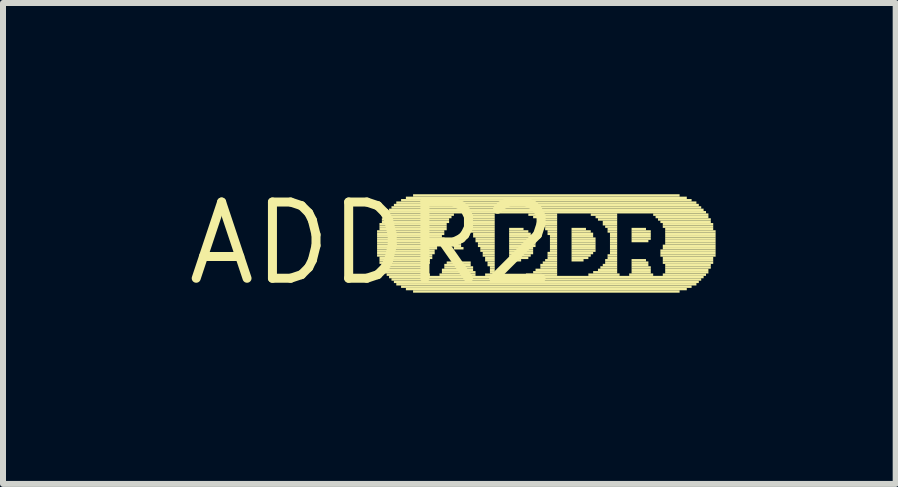
<source format=kicad_pcb>
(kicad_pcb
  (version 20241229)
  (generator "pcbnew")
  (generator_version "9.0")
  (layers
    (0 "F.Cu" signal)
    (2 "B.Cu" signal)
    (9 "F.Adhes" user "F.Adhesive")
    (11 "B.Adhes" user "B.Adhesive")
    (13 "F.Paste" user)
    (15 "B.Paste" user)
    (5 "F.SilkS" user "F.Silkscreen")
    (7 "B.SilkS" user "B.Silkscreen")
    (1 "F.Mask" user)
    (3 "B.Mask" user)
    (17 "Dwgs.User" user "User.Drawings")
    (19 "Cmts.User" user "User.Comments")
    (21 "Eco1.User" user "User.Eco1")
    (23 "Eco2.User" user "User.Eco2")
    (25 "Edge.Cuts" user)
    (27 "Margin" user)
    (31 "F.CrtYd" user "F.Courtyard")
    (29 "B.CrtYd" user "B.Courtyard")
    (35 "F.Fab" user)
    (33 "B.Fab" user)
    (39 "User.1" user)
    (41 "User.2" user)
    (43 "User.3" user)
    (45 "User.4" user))
  (footprint "ADDR2"
    (layer "F.Cu")
    (at 3.152 1.006)
    (property "Reference" "ADDR2" (at 0 0 0) (layer "F.SilkS") (effects (font (size 1.27 1.27) (thickness 0.15))))
    (attr through_hole)
    (fp_poly (pts (xy 0.08 -0.18) (xy 1.2 -0.18) (xy 1.2 -0.22) (xy 0.08 -0.22)) (stroke (width 0) (type solid)) (fill yes) (layer "F.SilkS"))
    (fp_poly (pts (xy 0.08 -0.14) (xy 1.2 -0.14) (xy 1.2 -0.18) (xy 0.08 -0.18)) (stroke (width 0) (type solid)) (fill yes) (layer "F.SilkS"))
    (fp_poly (pts (xy 0.08 -0.1) (xy 1.16 -0.1) (xy 1.16 -0.14) (xy 0.08 -0.14)) (stroke (width 0) (type solid)) (fill yes) (layer "F.SilkS"))
    (fp_poly (pts (xy 0.08 -0.06) (xy 1.16 -0.06) (xy 1.16 -0.1) (xy 0.08 -0.1)) (stroke (width 0) (type solid)) (fill yes) (layer "F.SilkS"))
    (fp_poly (pts (xy 0.08 -0.02) (xy 1.12 -0.02) (xy 1.12 -0.06) (xy 0.08 -0.06)) (stroke (width 0) (type solid)) (fill yes) (layer "F.SilkS"))
    (fp_poly (pts (xy 0.08 0.02) (xy 1.12 0.02) (xy 1.12 -0.02) (xy 0.08 -0.02)) (stroke (width 0) (type solid)) (fill yes) (layer "F.SilkS"))
    (fp_poly (pts (xy 0.08 0.06) (xy 1.08 0.06) (xy 1.08 0.02) (xy 0.08 0.02)) (stroke (width 0) (type solid)) (fill yes) (layer "F.SilkS"))
    (fp_poly (pts (xy 0.08 0.1) (xy 1.08 0.1) (xy 1.08 0.06) (xy 0.08 0.06)) (stroke (width 0) (type solid)) (fill yes) (layer "F.SilkS"))
    (fp_poly (pts (xy 0.08 0.14) (xy 1.04 0.14) (xy 1.04 0.1) (xy 0.08 0.1)) (stroke (width 0) (type solid)) (fill yes) (layer "F.SilkS"))
    (fp_poly (pts (xy 0.08 0.18) (xy 1.04 0.18) (xy 1.04 0.14) (xy 0.08 0.14)) (stroke (width 0) (type solid)) (fill yes) (layer "F.SilkS"))
    (fp_poly (pts (xy 0.08 0.22) (xy 1 0.22) (xy 1 0.18) (xy 0.08 0.18)) (stroke (width 0) (type solid)) (fill yes) (layer "F.SilkS"))
    (fp_poly (pts (xy 0.12 -0.3) (xy 1.24 -0.3) (xy 1.24 -0.34) (xy 0.12 -0.34)) (stroke (width 0) (type solid)) (fill yes) (layer "F.SilkS"))
    (fp_poly (pts (xy 0.12 -0.26) (xy 1.24 -0.26) (xy 1.24 -0.3) (xy 0.12 -0.3)) (stroke (width 0) (type solid)) (fill yes) (layer "F.SilkS"))
    (fp_poly (pts (xy 0.12 -0.22) (xy 1.24 -0.22) (xy 1.24 -0.26) (xy 0.12 -0.26)) (stroke (width 0) (type solid)) (fill yes) (layer "F.SilkS"))
    (fp_poly (pts (xy 0.12 0.26) (xy 1 0.26) (xy 1 0.22) (xy 0.12 0.22)) (stroke (width 0) (type solid)) (fill yes) (layer "F.SilkS"))
    (fp_poly (pts (xy 0.12 0.3) (xy 0.96 0.3) (xy 0.96 0.26) (xy 0.12 0.26)) (stroke (width 0) (type solid)) (fill yes) (layer "F.SilkS"))
    (fp_poly (pts (xy 0.12 0.34) (xy 0.96 0.34) (xy 0.96 0.3) (xy 0.12 0.3)) (stroke (width 0) (type solid)) (fill yes) (layer "F.SilkS"))
    (fp_poly (pts (xy 0.16 -0.38) (xy 1.28 -0.38) (xy 1.28 -0.42) (xy 0.16 -0.42)) (stroke (width 0) (type solid)) (fill yes) (layer "F.SilkS"))
    (fp_poly (pts (xy 0.16 -0.34) (xy 1.28 -0.34) (xy 1.28 -0.38) (xy 0.16 -0.38)) (stroke (width 0) (type solid)) (fill yes) (layer "F.SilkS"))
    (fp_poly (pts (xy 0.16 0.38) (xy 0.92 0.38) (xy 0.92 0.34) (xy 0.16 0.34)) (stroke (width 0) (type solid)) (fill yes) (layer "F.SilkS"))
    (fp_poly (pts (xy 0.16 0.42) (xy 0.92 0.42) (xy 0.92 0.38) (xy 0.16 0.38)) (stroke (width 0) (type solid)) (fill yes) (layer "F.SilkS"))
    (fp_poly (pts (xy 0.2 -0.46) (xy 1.36 -0.46) (xy 1.36 -0.5) (xy 0.2 -0.5)) (stroke (width 0) (type solid)) (fill yes) (layer "F.SilkS"))
    (fp_poly (pts (xy 0.2 -0.42) (xy 1.32 -0.42) (xy 1.32 -0.46) (xy 0.2 -0.46)) (stroke (width 0) (type solid)) (fill yes) (layer "F.SilkS"))
    (fp_poly (pts (xy 0.2 0.46) (xy 0.92 0.46) (xy 0.92 0.42) (xy 0.2 0.42)) (stroke (width 0) (type solid)) (fill yes) (layer "F.SilkS"))
    (fp_poly (pts (xy 0.2 0.5) (xy 0.92 0.5) (xy 0.92 0.46) (xy 0.2 0.46)) (stroke (width 0) (type solid)) (fill yes) (layer "F.SilkS"))
    (fp_poly (pts (xy 0.24 -0.5) (xy 5.56 -0.5) (xy 5.56 -0.54) (xy 0.24 -0.54)) (stroke (width 0) (type solid)) (fill yes) (layer "F.SilkS"))
    (fp_poly (pts (xy 0.24 0.54) (xy 0.96 0.54) (xy 0.96 0.5) (xy 0.24 0.5)) (stroke (width 0) (type solid)) (fill yes) (layer "F.SilkS"))
    (fp_poly (pts (xy 0.28 -0.54) (xy 5.52 -0.54) (xy 5.52 -0.58) (xy 0.28 -0.58)) (stroke (width 0) (type solid)) (fill yes) (layer "F.SilkS"))
    (fp_poly (pts (xy 0.28 0.58) (xy 5.52 0.58) (xy 5.52 0.54) (xy 0.28 0.54)) (stroke (width 0) (type solid)) (fill yes) (layer "F.SilkS"))
    (fp_poly (pts (xy 0.32 -0.58) (xy 5.48 -0.58) (xy 5.48 -0.62) (xy 0.32 -0.62)) (stroke (width 0) (type solid)) (fill yes) (layer "F.SilkS"))
    (fp_poly (pts (xy 0.32 0.62) (xy 5.48 0.62) (xy 5.48 0.58) (xy 0.32 0.58)) (stroke (width 0) (type solid)) (fill yes) (layer "F.SilkS"))
    (fp_poly (pts (xy 0.36 -0.62) (xy 5.44 -0.62) (xy 5.44 -0.66) (xy 0.36 -0.66)) (stroke (width 0) (type solid)) (fill yes) (layer "F.SilkS"))
    (fp_poly (pts (xy 0.36 0.66) (xy 5.44 0.66) (xy 5.44 0.62) (xy 0.36 0.62)) (stroke (width 0) (type solid)) (fill yes) (layer "F.SilkS"))
    (fp_poly (pts (xy 0.4 -0.66) (xy 5.4 -0.66) (xy 5.4 -0.7) (xy 0.4 -0.7)) (stroke (width 0) (type solid)) (fill yes) (layer "F.SilkS"))
    (fp_poly (pts (xy 0.4 0.7) (xy 5.4 0.7) (xy 5.4 0.66) (xy 0.4 0.66)) (stroke (width 0) (type solid)) (fill yes) (layer "F.SilkS"))
    (fp_poly (pts (xy 0.48 -0.7) (xy 5.32 -0.7) (xy 5.32 -0.74) (xy 0.48 -0.74)) (stroke (width 0) (type solid)) (fill yes) (layer "F.SilkS"))
    (fp_poly (pts (xy 0.48 0.74) (xy 5.32 0.74) (xy 5.32 0.7) (xy 0.48 0.7)) (stroke (width 0) (type solid)) (fill yes) (layer "F.SilkS"))
    (fp_poly (pts (xy 0.56 -0.74) (xy 5.24 -0.74) (xy 5.24 -0.78) (xy 0.56 -0.78)) (stroke (width 0) (type solid)) (fill yes) (layer "F.SilkS"))
    (fp_poly (pts (xy 0.56 0.78) (xy 5.24 0.78) (xy 5.24 0.74) (xy 0.56 0.74)) (stroke (width 0) (type solid)) (fill yes) (layer "F.SilkS"))
    (fp_poly (pts (xy 0.68 -0.78) (xy 5.12 -0.78) (xy 5.12 -0.82) (xy 0.68 -0.82)) (stroke (width 0) (type solid)) (fill yes) (layer "F.SilkS"))
    (fp_poly (pts (xy 0.68 0.82) (xy 5.12 0.82) (xy 5.12 0.78) (xy 0.68 0.78)) (stroke (width 0) (type solid)) (fill yes) (layer "F.SilkS"))
    (fp_poly (pts (xy 1.12 0.54) (xy 1.72 0.54) (xy 1.72 0.5) (xy 1.12 0.5)) (stroke (width 0) (type solid)) (fill yes) (layer "F.SilkS"))
    (fp_poly (pts (xy 1.16 0.46) (xy 1.68 0.46) (xy 1.68 0.42) (xy 1.16 0.42)) (stroke (width 0) (type solid)) (fill yes) (layer "F.SilkS"))
    (fp_poly (pts (xy 1.16 0.5) (xy 1.72 0.5) (xy 1.72 0.46) (xy 1.16 0.46)) (stroke (width 0) (type solid)) (fill yes) (layer "F.SilkS"))
    (fp_poly (pts (xy 1.2 0.38) (xy 1.64 0.38) (xy 1.64 0.34) (xy 1.2 0.34)) (stroke (width 0) (type solid)) (fill yes) (layer "F.SilkS"))
    (fp_poly (pts (xy 1.2 0.42) (xy 1.68 0.42) (xy 1.68 0.38) (xy 1.2 0.38)) (stroke (width 0) (type solid)) (fill yes) (layer "F.SilkS"))
    (fp_poly (pts (xy 1.24 0.34) (xy 1.64 0.34) (xy 1.64 0.3) (xy 1.24 0.3)) (stroke (width 0) (type solid)) (fill yes) (layer "F.SilkS"))
    (fp_poly (pts (xy 1.36 0.06) (xy 1.48 0.06) (xy 1.48 0.02) (xy 1.36 0.02)) (stroke (width 0) (type solid)) (fill yes) (layer "F.SilkS"))
    (fp_poly (pts (xy 1.36 0.1) (xy 1.52 0.1) (xy 1.52 0.06) (xy 1.36 0.06)) (stroke (width 0) (type solid)) (fill yes) (layer "F.SilkS"))
    (fp_poly (pts (xy 1.4 -0.02) (xy 1.48 -0.02) (xy 1.48 -0.06) (xy 1.4 -0.06)) (stroke (width 0) (type solid)) (fill yes) (layer "F.SilkS"))
    (fp_poly (pts (xy 1.4 0.02) (xy 1.48 0.02) (xy 1.48 -0.02) (xy 1.4 -0.02)) (stroke (width 0) (type solid)) (fill yes) (layer "F.SilkS"))
    (fp_poly (pts (xy 1.52 -0.46) (xy 2.04 -0.46) (xy 2.04 -0.5) (xy 1.52 -0.5)) (stroke (width 0) (type solid)) (fill yes) (layer "F.SilkS"))
    (fp_poly (pts (xy 1.56 -0.42) (xy 2.04 -0.42) (xy 2.04 -0.46) (xy 1.56 -0.46)) (stroke (width 0) (type solid)) (fill yes) (layer "F.SilkS"))
    (fp_poly (pts (xy 1.56 -0.38) (xy 2.04 -0.38) (xy 2.04 -0.42) (xy 1.56 -0.42)) (stroke (width 0) (type solid)) (fill yes) (layer "F.SilkS"))
    (fp_poly (pts (xy 1.6 -0.34) (xy 2.04 -0.34) (xy 2.04 -0.38) (xy 1.6 -0.38)) (stroke (width 0) (type solid)) (fill yes) (layer "F.SilkS"))
    (fp_poly (pts (xy 1.6 -0.3) (xy 2.04 -0.3) (xy 2.04 -0.34) (xy 1.6 -0.34)) (stroke (width 0) (type solid)) (fill yes) (layer "F.SilkS"))
    (fp_poly (pts (xy 1.64 -0.26) (xy 2.04 -0.26) (xy 2.04 -0.3) (xy 1.64 -0.3)) (stroke (width 0) (type solid)) (fill yes) (layer "F.SilkS"))
    (fp_poly (pts (xy 1.64 -0.22) (xy 2.04 -0.22) (xy 2.04 -0.26) (xy 1.64 -0.26)) (stroke (width 0) (type solid)) (fill yes) (layer "F.SilkS"))
    (fp_poly (pts (xy 1.64 -0.18) (xy 2.04 -0.18) (xy 2.04 -0.22) (xy 1.64 -0.22)) (stroke (width 0) (type solid)) (fill yes) (layer "F.SilkS"))
    (fp_poly (pts (xy 1.68 -0.14) (xy 2.04 -0.14) (xy 2.04 -0.18) (xy 1.68 -0.18)) (stroke (width 0) (type solid)) (fill yes) (layer "F.SilkS"))
    (fp_poly (pts (xy 1.68 -0.1) (xy 2.04 -0.1) (xy 2.04 -0.14) (xy 1.68 -0.14)) (stroke (width 0) (type solid)) (fill yes) (layer "F.SilkS"))
    (fp_poly (pts (xy 1.72 -0.06) (xy 2.04 -0.06) (xy 2.04 -0.1) (xy 1.72 -0.1)) (stroke (width 0) (type solid)) (fill yes) (layer "F.SilkS"))
    (fp_poly (pts (xy 1.72 -0.02) (xy 2.04 -0.02) (xy 2.04 -0.06) (xy 1.72 -0.06)) (stroke (width 0) (type solid)) (fill yes) (layer "F.SilkS"))
    (fp_poly (pts (xy 1.76 0.02) (xy 2.04 0.02) (xy 2.04 -0.02) (xy 1.76 -0.02)) (stroke (width 0) (type solid)) (fill yes) (layer "F.SilkS"))
    (fp_poly (pts (xy 1.76 0.06) (xy 2.04 0.06) (xy 2.04 0.02) (xy 1.76 0.02)) (stroke (width 0) (type solid)) (fill yes) (layer "F.SilkS"))
    (fp_poly (pts (xy 1.8 0.1) (xy 2.04 0.1) (xy 2.04 0.06) (xy 1.8 0.06)) (stroke (width 0) (type solid)) (fill yes) (layer "F.SilkS"))
    (fp_poly (pts (xy 1.8 0.14) (xy 2.04 0.14) (xy 2.04 0.1) (xy 1.8 0.1)) (stroke (width 0) (type solid)) (fill yes) (layer "F.SilkS"))
    (fp_poly (pts (xy 1.84 0.18) (xy 2.04 0.18) (xy 2.04 0.14) (xy 1.84 0.14)) (stroke (width 0) (type solid)) (fill yes) (layer "F.SilkS"))
    (fp_poly (pts (xy 1.84 0.22) (xy 2.04 0.22) (xy 2.04 0.18) (xy 1.84 0.18)) (stroke (width 0) (type solid)) (fill yes) (layer "F.SilkS"))
    (fp_poly (pts (xy 1.88 0.26) (xy 2.04 0.26) (xy 2.04 0.22) (xy 1.88 0.22)) (stroke (width 0) (type solid)) (fill yes) (layer "F.SilkS"))
    (fp_poly (pts (xy 1.88 0.3) (xy 2.04 0.3) (xy 2.04 0.26) (xy 1.88 0.26)) (stroke (width 0) (type solid)) (fill yes) (layer "F.SilkS"))
    (fp_poly (pts (xy 1.88 0.54) (xy 2.08 0.54) (xy 2.08 0.5) (xy 1.88 0.5)) (stroke (width 0) (type solid)) (fill yes) (layer "F.SilkS"))
    (fp_poly (pts (xy 1.92 0.34) (xy 2.04 0.34) (xy 2.04 0.3) (xy 1.92 0.3)) (stroke (width 0) (type solid)) (fill yes) (layer "F.SilkS"))
    (fp_poly (pts (xy 1.92 0.38) (xy 2.04 0.38) (xy 2.04 0.34) (xy 1.92 0.34)) (stroke (width 0) (type solid)) (fill yes) (layer "F.SilkS"))
    (fp_poly (pts (xy 1.96 0.42) (xy 2.04 0.42) (xy 2.04 0.38) (xy 1.96 0.38)) (stroke (width 0) (type solid)) (fill yes) (layer "F.SilkS"))
    (fp_poly (pts (xy 1.96 0.46) (xy 2.04 0.46) (xy 2.04 0.42) (xy 1.96 0.42)) (stroke (width 0) (type solid)) (fill yes) (layer "F.SilkS"))
    (fp_poly (pts (xy 1.96 0.5) (xy 2.04 0.5) (xy 2.04 0.46) (xy 1.96 0.46)) (stroke (width 0) (type solid)) (fill yes) (layer "F.SilkS"))
    (fp_poly (pts (xy 2.28 -0.22) (xy 2.52 -0.22) (xy 2.52 -0.26) (xy 2.28 -0.26)) (stroke (width 0) (type solid)) (fill yes) (layer "F.SilkS"))
    (fp_poly (pts (xy 2.28 -0.18) (xy 2.6 -0.18) (xy 2.6 -0.22) (xy 2.28 -0.22)) (stroke (width 0) (type solid)) (fill yes) (layer "F.SilkS"))
    (fp_poly (pts (xy 2.28 -0.14) (xy 2.64 -0.14) (xy 2.64 -0.18) (xy 2.28 -0.18)) (stroke (width 0) (type solid)) (fill yes) (layer "F.SilkS"))
    (fp_poly (pts (xy 2.28 -0.1) (xy 2.68 -0.1) (xy 2.68 -0.14) (xy 2.28 -0.14)) (stroke (width 0) (type solid)) (fill yes) (layer "F.SilkS"))
    (fp_poly (pts (xy 2.28 -0.06) (xy 2.68 -0.06) (xy 2.68 -0.1) (xy 2.28 -0.1)) (stroke (width 0) (type solid)) (fill yes) (layer "F.SilkS"))
    (fp_poly (pts (xy 2.28 -0.02) (xy 2.72 -0.02) (xy 2.72 -0.06) (xy 2.28 -0.06)) (stroke (width 0) (type solid)) (fill yes) (layer "F.SilkS"))
    (fp_poly (pts (xy 2.28 0.02) (xy 2.72 0.02) (xy 2.72 -0.02) (xy 2.28 -0.02)) (stroke (width 0) (type solid)) (fill yes) (layer "F.SilkS"))
    (fp_poly (pts (xy 2.28 0.06) (xy 2.72 0.06) (xy 2.72 0.02) (xy 2.28 0.02)) (stroke (width 0) (type solid)) (fill yes) (layer "F.SilkS"))
    (fp_poly (pts (xy 2.28 0.1) (xy 2.68 0.1) (xy 2.68 0.06) (xy 2.28 0.06)) (stroke (width 0) (type solid)) (fill yes) (layer "F.SilkS"))
    (fp_poly (pts (xy 2.28 0.14) (xy 2.68 0.14) (xy 2.68 0.1) (xy 2.28 0.1)) (stroke (width 0) (type solid)) (fill yes) (layer "F.SilkS"))
    (fp_poly (pts (xy 2.28 0.18) (xy 2.68 0.18) (xy 2.68 0.14) (xy 2.28 0.14)) (stroke (width 0) (type solid)) (fill yes) (layer "F.SilkS"))
    (fp_poly (pts (xy 2.28 0.22) (xy 2.64 0.22) (xy 2.64 0.18) (xy 2.28 0.18)) (stroke (width 0) (type solid)) (fill yes) (layer "F.SilkS"))
    (fp_poly (pts (xy 2.28 0.26) (xy 2.6 0.26) (xy 2.6 0.22) (xy 2.28 0.22)) (stroke (width 0) (type solid)) (fill yes) (layer "F.SilkS"))
    (fp_poly (pts (xy 2.32 0.3) (xy 2.48 0.3) (xy 2.48 0.26) (xy 2.32 0.26)) (stroke (width 0) (type solid)) (fill yes) (layer "F.SilkS"))
    (fp_poly (pts (xy 2.56 0.54) (xy 3.08 0.54) (xy 3.08 0.5) (xy 2.56 0.5)) (stroke (width 0) (type solid)) (fill yes) (layer "F.SilkS"))
    (fp_poly (pts (xy 2.6 -0.46) (xy 3.08 -0.46) (xy 3.08 -0.5) (xy 2.6 -0.5)) (stroke (width 0) (type solid)) (fill yes) (layer "F.SilkS"))
    (fp_poly (pts (xy 2.68 -0.42) (xy 3.08 -0.42) (xy 3.08 -0.46) (xy 2.68 -0.46)) (stroke (width 0) (type solid)) (fill yes) (layer "F.SilkS"))
    (fp_poly (pts (xy 2.68 0.5) (xy 3.08 0.5) (xy 3.08 0.46) (xy 2.68 0.46)) (stroke (width 0) (type solid)) (fill yes) (layer "F.SilkS"))
    (fp_poly (pts (xy 2.72 0.46) (xy 3.08 0.46) (xy 3.08 0.42) (xy 2.72 0.42)) (stroke (width 0) (type solid)) (fill yes) (layer "F.SilkS"))
    (fp_poly (pts (xy 2.76 -0.38) (xy 3.08 -0.38) (xy 3.08 -0.42) (xy 2.76 -0.42)) (stroke (width 0) (type solid)) (fill yes) (layer "F.SilkS"))
    (fp_poly (pts (xy 2.8 -0.34) (xy 3.08 -0.34) (xy 3.08 -0.38) (xy 2.8 -0.38)) (stroke (width 0) (type solid)) (fill yes) (layer "F.SilkS"))
    (fp_poly (pts (xy 2.8 0.38) (xy 3.08 0.38) (xy 3.08 0.34) (xy 2.8 0.34)) (stroke (width 0) (type solid)) (fill yes) (layer "F.SilkS"))
    (fp_poly (pts (xy 2.8 0.42) (xy 3.08 0.42) (xy 3.08 0.38) (xy 2.8 0.38)) (stroke (width 0) (type solid)) (fill yes) (layer "F.SilkS"))
    (fp_poly (pts (xy 2.84 -0.3) (xy 3.08 -0.3) (xy 3.08 -0.34) (xy 2.84 -0.34)) (stroke (width 0) (type solid)) (fill yes) (layer "F.SilkS"))
    (fp_poly (pts (xy 2.84 0.34) (xy 3.08 0.34) (xy 3.08 0.3) (xy 2.84 0.3)) (stroke (width 0) (type solid)) (fill yes) (layer "F.SilkS"))
    (fp_poly (pts (xy 2.88 -0.26) (xy 3.08 -0.26) (xy 3.08 -0.3) (xy 2.88 -0.3)) (stroke (width 0) (type solid)) (fill yes) (layer "F.SilkS"))
    (fp_poly (pts (xy 2.88 -0.22) (xy 3.08 -0.22) (xy 3.08 -0.26) (xy 2.88 -0.26)) (stroke (width 0) (type solid)) (fill yes) (layer "F.SilkS"))
    (fp_poly (pts (xy 2.88 0.3) (xy 3.08 0.3) (xy 3.08 0.26) (xy 2.88 0.26)) (stroke (width 0) (type solid)) (fill yes) (layer "F.SilkS"))
    (fp_poly (pts (xy 2.92 -0.18) (xy 3.08 -0.18) (xy 3.08 -0.22) (xy 2.92 -0.22)) (stroke (width 0) (type solid)) (fill yes) (layer "F.SilkS"))
    (fp_poly (pts (xy 2.92 -0.14) (xy 3.08 -0.14) (xy 3.08 -0.18) (xy 2.92 -0.18)) (stroke (width 0) (type solid)) (fill yes) (layer "F.SilkS"))
    (fp_poly (pts (xy 2.92 0.18) (xy 3.08 0.18) (xy 3.08 0.14) (xy 2.92 0.14)) (stroke (width 0) (type solid)) (fill yes) (layer "F.SilkS"))
    (fp_poly (pts (xy 2.92 0.22) (xy 3.08 0.22) (xy 3.08 0.18) (xy 2.92 0.18)) (stroke (width 0) (type solid)) (fill yes) (layer "F.SilkS"))
    (fp_poly (pts (xy 2.92 0.26) (xy 3.08 0.26) (xy 3.08 0.22) (xy 2.92 0.22)) (stroke (width 0) (type solid)) (fill yes) (layer "F.SilkS"))
    (fp_poly (pts (xy 2.96 -0.1) (xy 3.08 -0.1) (xy 3.08 -0.14) (xy 2.96 -0.14)) (stroke (width 0) (type solid)) (fill yes) (layer "F.SilkS"))
    (fp_poly (pts (xy 2.96 -0.06) (xy 3.08 -0.06) (xy 3.08 -0.1) (xy 2.96 -0.1)) (stroke (width 0) (type solid)) (fill yes) (layer "F.SilkS"))
    (fp_poly (pts (xy 2.96 -0.02) (xy 3.08 -0.02) (xy 3.08 -0.06) (xy 2.96 -0.06)) (stroke (width 0) (type solid)) (fill yes) (layer "F.SilkS"))
    (fp_poly (pts (xy 2.96 0.02) (xy 3.08 0.02) (xy 3.08 -0.02) (xy 2.96 -0.02)) (stroke (width 0) (type solid)) (fill yes) (layer "F.SilkS"))
    (fp_poly (pts (xy 2.96 0.06) (xy 3.08 0.06) (xy 3.08 0.02) (xy 2.96 0.02)) (stroke (width 0) (type solid)) (fill yes) (layer "F.SilkS"))
    (fp_poly (pts (xy 2.96 0.1) (xy 3.08 0.1) (xy 3.08 0.06) (xy 2.96 0.06)) (stroke (width 0) (type solid)) (fill yes) (layer "F.SilkS"))
    (fp_poly (pts (xy 2.96 0.14) (xy 3.08 0.14) (xy 3.08 0.1) (xy 2.96 0.1)) (stroke (width 0) (type solid)) (fill yes) (layer "F.SilkS"))
    (fp_poly (pts (xy 3.32 -0.22) (xy 3.56 -0.22) (xy 3.56 -0.26) (xy 3.32 -0.26)) (stroke (width 0) (type solid)) (fill yes) (layer "F.SilkS"))
    (fp_poly (pts (xy 3.32 -0.18) (xy 3.64 -0.18) (xy 3.64 -0.22) (xy 3.32 -0.22)) (stroke (width 0) (type solid)) (fill yes) (layer "F.SilkS"))
    (fp_poly (pts (xy 3.32 -0.14) (xy 3.68 -0.14) (xy 3.68 -0.18) (xy 3.32 -0.18)) (stroke (width 0) (type solid)) (fill yes) (layer "F.SilkS"))
    (fp_poly (pts (xy 3.32 -0.1) (xy 3.68 -0.1) (xy 3.68 -0.14) (xy 3.32 -0.14)) (stroke (width 0) (type solid)) (fill yes) (layer "F.SilkS"))
    (fp_poly (pts (xy 3.32 -0.06) (xy 3.72 -0.06) (xy 3.72 -0.1) (xy 3.32 -0.1)) (stroke (width 0) (type solid)) (fill yes) (layer "F.SilkS"))
    (fp_poly (pts (xy 3.32 -0.02) (xy 3.72 -0.02) (xy 3.72 -0.06) (xy 3.32 -0.06)) (stroke (width 0) (type solid)) (fill yes) (layer "F.SilkS"))
    (fp_poly (pts (xy 3.32 0.02) (xy 3.72 0.02) (xy 3.72 -0.02) (xy 3.32 -0.02)) (stroke (width 0) (type solid)) (fill yes) (layer "F.SilkS"))
    (fp_poly (pts (xy 3.32 0.06) (xy 3.72 0.06) (xy 3.72 0.02) (xy 3.32 0.02)) (stroke (width 0) (type solid)) (fill yes) (layer "F.SilkS"))
    (fp_poly (pts (xy 3.32 0.1) (xy 3.72 0.1) (xy 3.72 0.06) (xy 3.32 0.06)) (stroke (width 0) (type solid)) (fill yes) (layer "F.SilkS"))
    (fp_poly (pts (xy 3.32 0.14) (xy 3.72 0.14) (xy 3.72 0.1) (xy 3.32 0.1)) (stroke (width 0) (type solid)) (fill yes) (layer "F.SilkS"))
    (fp_poly (pts (xy 3.32 0.18) (xy 3.68 0.18) (xy 3.68 0.14) (xy 3.32 0.14)) (stroke (width 0) (type solid)) (fill yes) (layer "F.SilkS"))
    (fp_poly (pts (xy 3.32 0.22) (xy 3.64 0.22) (xy 3.64 0.18) (xy 3.32 0.18)) (stroke (width 0) (type solid)) (fill yes) (layer "F.SilkS"))
    (fp_poly (pts (xy 3.32 0.26) (xy 3.6 0.26) (xy 3.6 0.22) (xy 3.32 0.22)) (stroke (width 0) (type solid)) (fill yes) (layer "F.SilkS"))
    (fp_poly (pts (xy 3.32 0.3) (xy 3.52 0.3) (xy 3.52 0.26) (xy 3.32 0.26)) (stroke (width 0) (type solid)) (fill yes) (layer "F.SilkS"))
    (fp_poly (pts (xy 3.6 0.54) (xy 4.12 0.54) (xy 4.12 0.5) (xy 3.6 0.5)) (stroke (width 0) (type solid)) (fill yes) (layer "F.SilkS"))
    (fp_poly (pts (xy 3.64 -0.46) (xy 4.08 -0.46) (xy 4.08 -0.5) (xy 3.64 -0.5)) (stroke (width 0) (type solid)) (fill yes) (layer "F.SilkS"))
    (fp_poly (pts (xy 3.68 0.5) (xy 4.08 0.5) (xy 4.08 0.46) (xy 3.68 0.46)) (stroke (width 0) (type solid)) (fill yes) (layer "F.SilkS"))
    (fp_poly (pts (xy 3.72 -0.42) (xy 4.08 -0.42) (xy 4.08 -0.46) (xy 3.72 -0.46)) (stroke (width 0) (type solid)) (fill yes) (layer "F.SilkS"))
    (fp_poly (pts (xy 3.76 -0.38) (xy 4.08 -0.38) (xy 4.08 -0.42) (xy 3.76 -0.42)) (stroke (width 0) (type solid)) (fill yes) (layer "F.SilkS"))
    (fp_poly (pts (xy 3.76 0.46) (xy 4.08 0.46) (xy 4.08 0.42) (xy 3.76 0.42)) (stroke (width 0) (type solid)) (fill yes) (layer "F.SilkS"))
    (fp_poly (pts (xy 3.8 0.42) (xy 4.08 0.42) (xy 4.08 0.38) (xy 3.8 0.38)) (stroke (width 0) (type solid)) (fill yes) (layer "F.SilkS"))
    (fp_poly (pts (xy 3.84 -0.34) (xy 4.08 -0.34) (xy 4.08 -0.38) (xy 3.84 -0.38)) (stroke (width 0) (type solid)) (fill yes) (layer "F.SilkS"))
    (fp_poly (pts (xy 3.84 -0.3) (xy 4.08 -0.3) (xy 4.08 -0.34) (xy 3.84 -0.34)) (stroke (width 0) (type solid)) (fill yes) (layer "F.SilkS"))
    (fp_poly (pts (xy 3.84 0.38) (xy 4.08 0.38) (xy 4.08 0.34) (xy 3.84 0.34)) (stroke (width 0) (type solid)) (fill yes) (layer "F.SilkS"))
    (fp_poly (pts (xy 3.88 -0.26) (xy 4.08 -0.26) (xy 4.08 -0.3) (xy 3.88 -0.3)) (stroke (width 0) (type solid)) (fill yes) (layer "F.SilkS"))
    (fp_poly (pts (xy 3.88 0.3) (xy 4.08 0.3) (xy 4.08 0.26) (xy 3.88 0.26)) (stroke (width 0) (type solid)) (fill yes) (layer "F.SilkS"))
    (fp_poly (pts (xy 3.88 0.34) (xy 4.08 0.34) (xy 4.08 0.3) (xy 3.88 0.3)) (stroke (width 0) (type solid)) (fill yes) (layer "F.SilkS"))
    (fp_poly (pts (xy 3.92 -0.22) (xy 4.08 -0.22) (xy 4.08 -0.26) (xy 3.92 -0.26)) (stroke (width 0) (type solid)) (fill yes) (layer "F.SilkS"))
    (fp_poly (pts (xy 3.92 -0.18) (xy 4.08 -0.18) (xy 4.08 -0.22) (xy 3.92 -0.22)) (stroke (width 0) (type solid)) (fill yes) (layer "F.SilkS"))
    (fp_poly (pts (xy 3.92 0.22) (xy 4.08 0.22) (xy 4.08 0.18) (xy 3.92 0.18)) (stroke (width 0) (type solid)) (fill yes) (layer "F.SilkS"))
    (fp_poly (pts (xy 3.92 0.26) (xy 4.08 0.26) (xy 4.08 0.22) (xy 3.92 0.22)) (stroke (width 0) (type solid)) (fill yes) (layer "F.SilkS"))
    (fp_poly (pts (xy 3.96 -0.14) (xy 4.08 -0.14) (xy 4.08 -0.18) (xy 3.96 -0.18)) (stroke (width 0) (type solid)) (fill yes) (layer "F.SilkS"))
    (fp_poly (pts (xy 3.96 -0.1) (xy 4.08 -0.1) (xy 4.08 -0.14) (xy 3.96 -0.14)) (stroke (width 0) (type solid)) (fill yes) (layer "F.SilkS"))
    (fp_poly (pts (xy 3.96 -0.06) (xy 4.08 -0.06) (xy 4.08 -0.1) (xy 3.96 -0.1)) (stroke (width 0) (type solid)) (fill yes) (layer "F.SilkS"))
    (fp_poly (pts (xy 3.96 -0.02) (xy 4.08 -0.02) (xy 4.08 -0.06) (xy 3.96 -0.06)) (stroke (width 0) (type solid)) (fill yes) (layer "F.SilkS"))
    (fp_poly (pts (xy 3.96 0.02) (xy 4.08 0.02) (xy 4.08 -0.02) (xy 3.96 -0.02)) (stroke (width 0) (type solid)) (fill yes) (layer "F.SilkS"))
    (fp_poly (pts (xy 3.96 0.06) (xy 4.08 0.06) (xy 4.08 0.02) (xy 3.96 0.02)) (stroke (width 0) (type solid)) (fill yes) (layer "F.SilkS"))
    (fp_poly (pts (xy 3.96 0.1) (xy 4.08 0.1) (xy 4.08 0.06) (xy 3.96 0.06)) (stroke (width 0) (type solid)) (fill yes) (layer "F.SilkS"))
    (fp_poly (pts (xy 3.96 0.14) (xy 4.08 0.14) (xy 4.08 0.1) (xy 3.96 0.1)) (stroke (width 0) (type solid)) (fill yes) (layer "F.SilkS"))
    (fp_poly (pts (xy 3.96 0.18) (xy 4.08 0.18) (xy 4.08 0.14) (xy 3.96 0.14)) (stroke (width 0) (type solid)) (fill yes) (layer "F.SilkS"))
    (fp_poly (pts (xy 4.28 0.54) (xy 4.68 0.54) (xy 4.68 0.5) (xy 4.28 0.5)) (stroke (width 0) (type solid)) (fill yes) (layer "F.SilkS"))
    (fp_poly (pts (xy 4.32 -0.22) (xy 4.56 -0.22) (xy 4.56 -0.26) (xy 4.32 -0.26)) (stroke (width 0) (type solid)) (fill yes) (layer "F.SilkS"))
    (fp_poly (pts (xy 4.32 -0.18) (xy 4.64 -0.18) (xy 4.64 -0.22) (xy 4.32 -0.22)) (stroke (width 0) (type solid)) (fill yes) (layer "F.SilkS"))
    (fp_poly (pts (xy 4.32 -0.14) (xy 4.64 -0.14) (xy 4.64 -0.18) (xy 4.32 -0.18)) (stroke (width 0) (type solid)) (fill yes) (layer "F.SilkS"))
    (fp_poly (pts (xy 4.32 -0.1) (xy 4.64 -0.1) (xy 4.64 -0.14) (xy 4.32 -0.14)) (stroke (width 0) (type solid)) (fill yes) (layer "F.SilkS"))
    (fp_poly (pts (xy 4.32 -0.06) (xy 4.64 -0.06) (xy 4.64 -0.1) (xy 4.32 -0.1)) (stroke (width 0) (type solid)) (fill yes) (layer "F.SilkS"))
    (fp_poly (pts (xy 4.32 -0.02) (xy 4.6 -0.02) (xy 4.6 -0.06) (xy 4.32 -0.06)) (stroke (width 0) (type solid)) (fill yes) (layer "F.SilkS"))
    (fp_poly (pts (xy 4.32 0.3) (xy 4.56 0.3) (xy 4.56 0.26) (xy 4.32 0.26)) (stroke (width 0) (type solid)) (fill yes) (layer "F.SilkS"))
    (fp_poly (pts (xy 4.32 0.34) (xy 4.6 0.34) (xy 4.6 0.3) (xy 4.32 0.3)) (stroke (width 0) (type solid)) (fill yes) (layer "F.SilkS"))
    (fp_poly (pts (xy 4.32 0.38) (xy 4.6 0.38) (xy 4.6 0.34) (xy 4.32 0.34)) (stroke (width 0) (type solid)) (fill yes) (layer "F.SilkS"))
    (fp_poly (pts (xy 4.32 0.42) (xy 4.64 0.42) (xy 4.64 0.38) (xy 4.32 0.38)) (stroke (width 0) (type solid)) (fill yes) (layer "F.SilkS"))
    (fp_poly (pts (xy 4.32 0.46) (xy 4.64 0.46) (xy 4.64 0.42) (xy 4.32 0.42)) (stroke (width 0) (type solid)) (fill yes) (layer "F.SilkS"))
    (fp_poly (pts (xy 4.32 0.5) (xy 4.64 0.5) (xy 4.64 0.46) (xy 4.32 0.46)) (stroke (width 0) (type solid)) (fill yes) (layer "F.SilkS"))
    (fp_poly (pts (xy 4.68 -0.46) (xy 5.6 -0.46) (xy 5.6 -0.5) (xy 4.68 -0.5)) (stroke (width 0) (type solid)) (fill yes) (layer "F.SilkS"))
    (fp_poly (pts (xy 4.72 -0.42) (xy 5.6 -0.42) (xy 5.6 -0.46) (xy 4.72 -0.46)) (stroke (width 0) (type solid)) (fill yes) (layer "F.SilkS"))
    (fp_poly (pts (xy 4.76 -0.38) (xy 5.64 -0.38) (xy 5.64 -0.42) (xy 4.76 -0.42)) (stroke (width 0) (type solid)) (fill yes) (layer "F.SilkS"))
    (fp_poly (pts (xy 4.8 -0.34) (xy 5.64 -0.34) (xy 5.64 -0.38) (xy 4.8 -0.38)) (stroke (width 0) (type solid)) (fill yes) (layer "F.SilkS"))
    (fp_poly (pts (xy 4.8 0.14) (xy 5.72 0.14) (xy 5.72 0.1) (xy 4.8 0.1)) (stroke (width 0) (type solid)) (fill yes) (layer "F.SilkS"))
    (fp_poly (pts (xy 4.8 0.18) (xy 5.72 0.18) (xy 5.72 0.14) (xy 4.8 0.14)) (stroke (width 0) (type solid)) (fill yes) (layer "F.SilkS"))
    (fp_poly (pts (xy 4.8 0.22) (xy 5.72 0.22) (xy 5.72 0.18) (xy 4.8 0.18)) (stroke (width 0) (type solid)) (fill yes) (layer "F.SilkS"))
    (fp_poly (pts (xy 4.84 -0.3) (xy 5.68 -0.3) (xy 5.68 -0.34) (xy 4.84 -0.34)) (stroke (width 0) (type solid)) (fill yes) (layer "F.SilkS"))
    (fp_poly (pts (xy 4.84 -0.26) (xy 5.68 -0.26) (xy 5.68 -0.3) (xy 4.84 -0.3)) (stroke (width 0) (type solid)) (fill yes) (layer "F.SilkS"))
    (fp_poly (pts (xy 4.84 0.06) (xy 5.72 0.06) (xy 5.72 0.02) (xy 4.84 0.02)) (stroke (width 0) (type solid)) (fill yes) (layer "F.SilkS"))
    (fp_poly (pts (xy 4.84 0.1) (xy 5.72 0.1) (xy 5.72 0.06) (xy 4.84 0.06)) (stroke (width 0) (type solid)) (fill yes) (layer "F.SilkS"))
    (fp_poly (pts (xy 4.84 0.26) (xy 5.68 0.26) (xy 5.68 0.22) (xy 4.84 0.22)) (stroke (width 0) (type solid)) (fill yes) (layer "F.SilkS"))
    (fp_poly (pts (xy 4.84 0.3) (xy 5.68 0.3) (xy 5.68 0.26) (xy 4.84 0.26)) (stroke (width 0) (type solid)) (fill yes) (layer "F.SilkS"))
    (fp_poly (pts (xy 4.84 0.34) (xy 5.68 0.34) (xy 5.68 0.3) (xy 4.84 0.3)) (stroke (width 0) (type solid)) (fill yes) (layer "F.SilkS"))
    (fp_poly (pts (xy 4.84 0.54) (xy 5.56 0.54) (xy 5.56 0.5) (xy 4.84 0.5)) (stroke (width 0) (type solid)) (fill yes) (layer "F.SilkS"))
    (fp_poly (pts (xy 4.88 -0.22) (xy 5.68 -0.22) (xy 5.68 -0.26) (xy 4.88 -0.26)) (stroke (width 0) (type solid)) (fill yes) (layer "F.SilkS"))
    (fp_poly (pts (xy 4.88 -0.18) (xy 5.72 -0.18) (xy 5.72 -0.22) (xy 4.88 -0.22)) (stroke (width 0) (type solid)) (fill yes) (layer "F.SilkS"))
    (fp_poly (pts (xy 4.88 -0.14) (xy 5.72 -0.14) (xy 5.72 -0.18) (xy 4.88 -0.18)) (stroke (width 0) (type solid)) (fill yes) (layer "F.SilkS"))
    (fp_poly (pts (xy 4.88 -0.1) (xy 5.72 -0.1) (xy 5.72 -0.14) (xy 4.88 -0.14)) (stroke (width 0) (type solid)) (fill yes) (layer "F.SilkS"))
    (fp_poly (pts (xy 4.88 -0.06) (xy 5.72 -0.06) (xy 5.72 -0.1) (xy 4.88 -0.1)) (stroke (width 0) (type solid)) (fill yes) (layer "F.SilkS"))
    (fp_poly (pts (xy 4.88 -0.02) (xy 5.72 -0.02) (xy 5.72 -0.06) (xy 4.88 -0.06)) (stroke (width 0) (type solid)) (fill yes) (layer "F.SilkS"))
    (fp_poly (pts (xy 4.88 0.02) (xy 5.72 0.02) (xy 5.72 -0.02) (xy 4.88 -0.02)) (stroke (width 0) (type solid)) (fill yes) (layer "F.SilkS"))
    (fp_poly (pts (xy 4.88 0.38) (xy 5.64 0.38) (xy 5.64 0.34) (xy 4.88 0.34)) (stroke (width 0) (type solid)) (fill yes) (layer "F.SilkS"))
    (fp_poly (pts (xy 4.88 0.42) (xy 5.64 0.42) (xy 5.64 0.38) (xy 4.88 0.38)) (stroke (width 0) (type solid)) (fill yes) (layer "F.SilkS"))
    (fp_poly (pts (xy 4.88 0.46) (xy 5.6 0.46) (xy 5.6 0.42) (xy 4.88 0.42)) (stroke (width 0) (type solid)) (fill yes) (layer "F.SilkS"))
    (fp_poly (pts (xy 4.88 0.5) (xy 5.6 0.5) (xy 5.6 0.46) (xy 4.88 0.46)) (stroke (width 0) (type solid)) (fill yes) (layer "F.SilkS")))
  (gr_rect
    (start -3 -3)
    (end 11.872 5.012)
    (stroke (width 0.1) (type default))
    (fill no)
    (layer "Edge.Cuts")))
</source>
